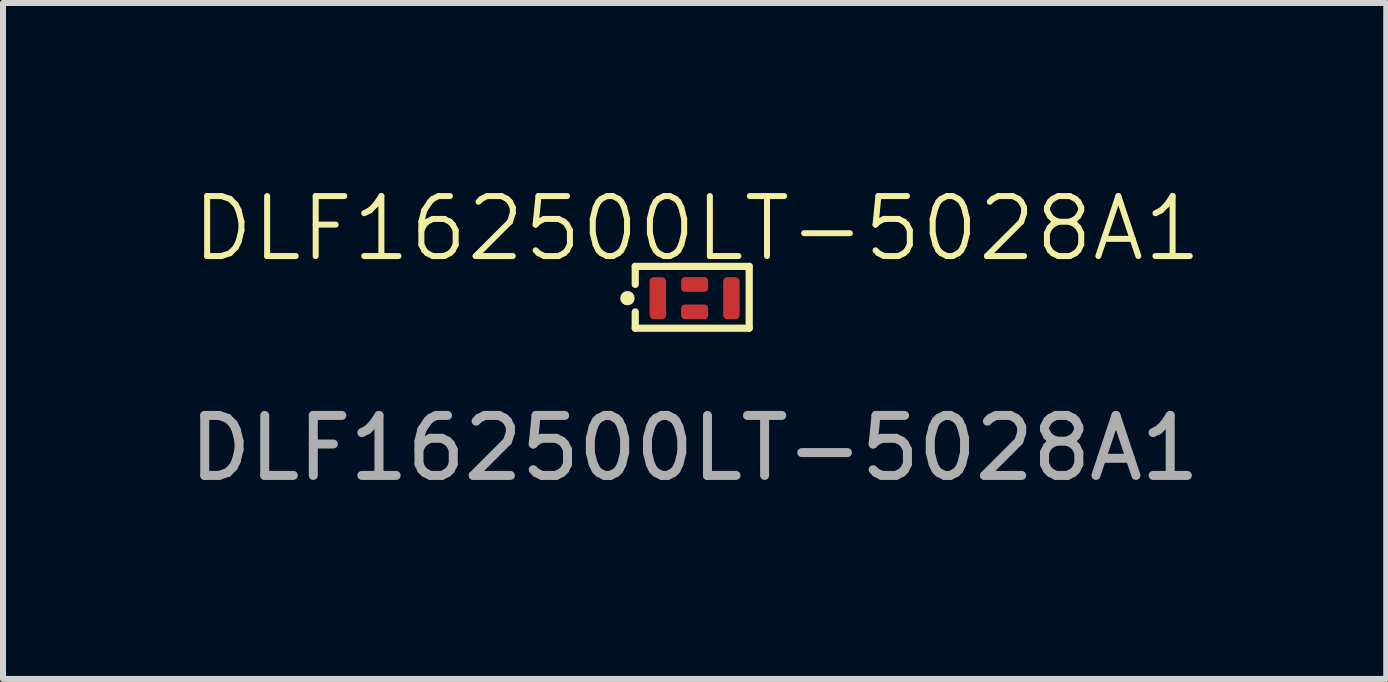
<source format=kicad_pcb>
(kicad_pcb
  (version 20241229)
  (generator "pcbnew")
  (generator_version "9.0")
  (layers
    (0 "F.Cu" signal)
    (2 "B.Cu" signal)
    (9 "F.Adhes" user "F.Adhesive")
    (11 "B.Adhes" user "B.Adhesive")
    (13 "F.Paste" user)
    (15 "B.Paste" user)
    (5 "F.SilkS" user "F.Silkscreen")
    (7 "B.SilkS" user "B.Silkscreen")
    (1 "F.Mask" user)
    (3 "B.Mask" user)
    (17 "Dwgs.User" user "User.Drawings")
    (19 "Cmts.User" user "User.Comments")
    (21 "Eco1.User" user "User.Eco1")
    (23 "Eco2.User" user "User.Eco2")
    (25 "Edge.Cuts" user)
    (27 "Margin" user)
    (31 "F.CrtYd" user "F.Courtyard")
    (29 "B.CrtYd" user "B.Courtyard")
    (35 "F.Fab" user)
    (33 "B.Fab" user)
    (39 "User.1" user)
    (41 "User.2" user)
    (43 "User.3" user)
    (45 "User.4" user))
  (footprint "DLF162500LT-5028A1"
    (layer "F.Cu")
    (at 8.53 1.921)
    (property "Reference" "DLF162500LT-5028A1" (at 0.04 -1.16 0) (unlocked yes) (layer "F.SilkS") (effects (font (size 1 1) (thickness 0.1))))
    (attr smd)
    (fp_line (start -0.99 -0.53) (end 0.91 -0.53) (stroke (width 0.12) (type default)) (layer "F.SilkS"))
    (fp_line (start -0.99 -0.23) (end -0.99 -0.53) (stroke (width 0.12) (type default)) (layer "F.SilkS"))
    (fp_line (start -0.99 0.5) (end -0.99 0.23) (stroke (width 0.12) (type default)) (layer "F.SilkS"))
    (fp_line (start 0.91 -0.53) (end 0.91 0.5) (stroke (width 0.12) (type default)) (layer "F.SilkS"))
    (fp_line (start 0.91 0.5) (end -0.99 0.5) (stroke (width 0.12) (type default)) (layer "F.SilkS"))
    (fp_circle (center -1.12 0) (end -1.06 0) (stroke (width 0.12) (type default)) (fill no) (layer "F.SilkS"))
    (fp_text user "${REFERENCE}" (at 0 2.5 0) (unlocked yes) (layer "F.Fab") (effects (font (size 1 1) (thickness 0.15))))
    (pad "1" smd roundrect (at -0.613 0) (size 0.275 0.7) (layers "F.Cu" "F.Mask" "F.Paste") (roundrect_rratio 0.25))
    (pad "2" smd roundrect (at 0 0.228) (size 0.45 0.245) (layers "F.Cu" "F.Mask" "F.Paste") (roundrect_rratio 0.25))
    (pad "3" smd roundrect (at 0.613 0) (size 0.275 0.7) (layers "F.Cu" "F.Mask" "F.Paste") (roundrect_rratio 0.25))
    (pad "4" smd roundrect (at 0 -0.228) (size 0.45 0.245) (layers "F.Cu" "F.Mask" "F.Paste") (roundrect_rratio 0.25)))
  (gr_rect
    (start -3 -3)
    (end 20.06 8.269)
    (stroke (width 0.1) (type default))
    (fill no)
    (layer "Edge.Cuts")))
</source>
